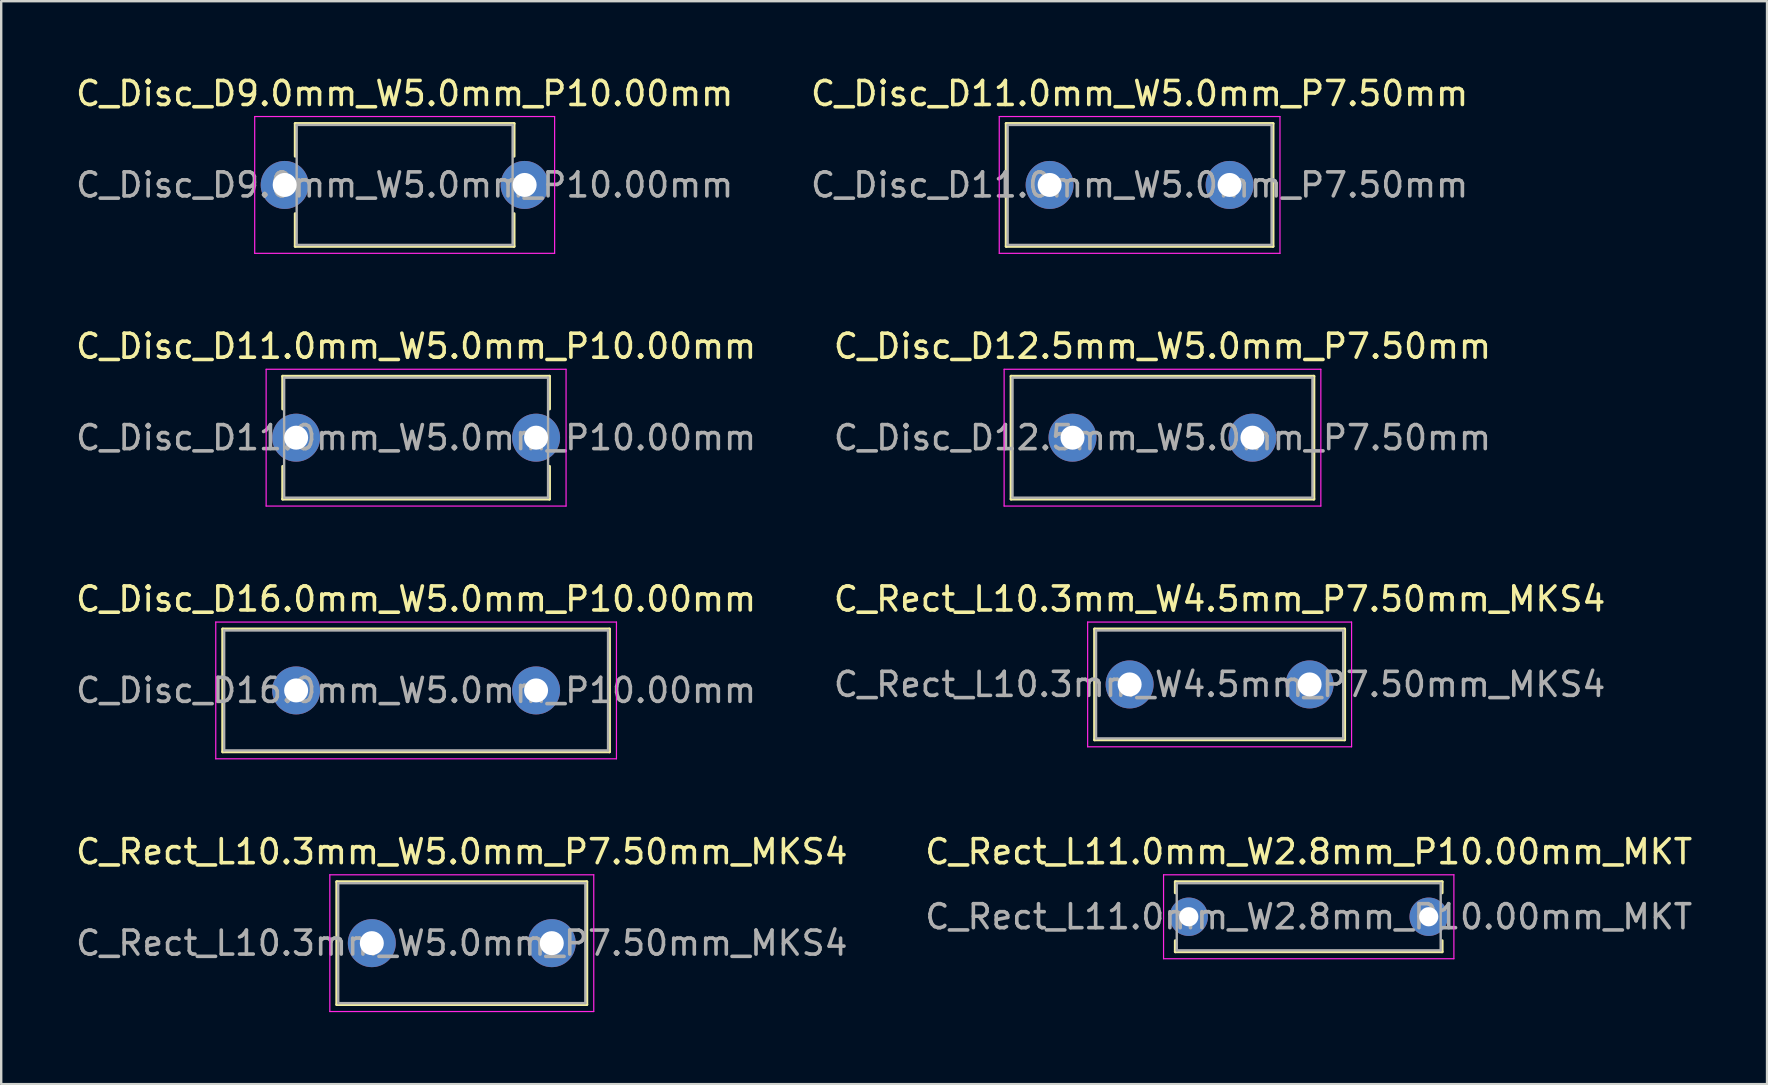
<source format=kicad_pcb>
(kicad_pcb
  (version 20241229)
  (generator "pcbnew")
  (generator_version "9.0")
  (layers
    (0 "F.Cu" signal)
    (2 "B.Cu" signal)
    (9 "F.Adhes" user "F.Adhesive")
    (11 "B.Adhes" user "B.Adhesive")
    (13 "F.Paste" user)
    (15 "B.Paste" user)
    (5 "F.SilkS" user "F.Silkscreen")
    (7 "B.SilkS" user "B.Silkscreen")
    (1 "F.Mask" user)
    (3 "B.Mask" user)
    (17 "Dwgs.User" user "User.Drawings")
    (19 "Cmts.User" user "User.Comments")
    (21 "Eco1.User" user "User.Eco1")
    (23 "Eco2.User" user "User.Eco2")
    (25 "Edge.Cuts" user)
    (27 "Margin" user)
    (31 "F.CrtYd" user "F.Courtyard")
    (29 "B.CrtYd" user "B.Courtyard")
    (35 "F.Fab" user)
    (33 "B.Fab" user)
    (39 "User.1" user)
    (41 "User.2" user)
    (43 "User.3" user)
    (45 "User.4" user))
  (footprint "C_Disc_D9.0mm_W5.0mm_P10.00mm"
    (layer "F.Cu")
    (at 8.815 4.658)
    (property "Reference" "C_Disc_D9.0mm_W5.0mm_P10.00mm" (at 5 -3.81 0) (layer "F.SilkS") (effects (font (size 1 1) (thickness 0.15))))
    (attr through_hole)
    (fp_line (start 0.44 -2.56) (end 0.44 -1.195) (stroke (width 0.12) (type solid)) (layer "F.SilkS"))
    (fp_line (start 0.44 -2.56) (end 9.56 -2.56) (stroke (width 0.12) (type solid)) (layer "F.SilkS"))
    (fp_line (start 0.44 1.195) (end 0.44 2.56) (stroke (width 0.12) (type solid)) (layer "F.SilkS"))
    (fp_line (start 0.44 2.56) (end 9.56 2.56) (stroke (width 0.12) (type solid)) (layer "F.SilkS"))
    (fp_line (start 9.56 -2.56) (end 9.56 -1.195) (stroke (width 0.12) (type solid)) (layer "F.SilkS"))
    (fp_line (start 9.56 1.195) (end 9.56 2.56) (stroke (width 0.12) (type solid)) (layer "F.SilkS"))
    (fp_line (start -1.25 -2.85) (end -1.25 2.85) (stroke (width 0.05) (type solid)) (layer "F.CrtYd"))
    (fp_line (start -1.25 2.85) (end 11.25 2.85) (stroke (width 0.05) (type solid)) (layer "F.CrtYd"))
    (fp_line (start 11.25 -2.85) (end -1.25 -2.85) (stroke (width 0.05) (type solid)) (layer "F.CrtYd"))
    (fp_line (start 11.25 2.85) (end 11.25 -2.85) (stroke (width 0.05) (type solid)) (layer "F.CrtYd"))
    (fp_line (start 0.5 -2.5) (end 0.5 2.5) (stroke (width 0.1) (type solid)) (layer "F.Fab"))
    (fp_line (start 0.5 2.5) (end 9.5 2.5) (stroke (width 0.1) (type solid)) (layer "F.Fab"))
    (fp_line (start 9.5 -2.5) (end 0.5 -2.5) (stroke (width 0.1) (type solid)) (layer "F.Fab"))
    (fp_line (start 9.5 2.5) (end 9.5 -2.5) (stroke (width 0.1) (type solid)) (layer "F.Fab"))
    (fp_text user "${REFERENCE}" (at 5 0 0) (layer "F.Fab") (effects (font (size 1 1) (thickness 0.15))))
    (pad "1" thru_hole circle (at 0 0) (size 2 2) (drill 1) (layers "*.Cu" "*.Mask"))
    (pad "2" thru_hole circle (at 10 0) (size 2 2) (drill 1) (layers "*.Cu" "*.Mask")))
  (footprint "C_Disc_D16.0mm_W5.0mm_P10.00mm"
    (layer "F.Cu")
    (at 9.292 25.725)
    (property "Reference" "C_Disc_D16.0mm_W5.0mm_P10.00mm" (at 5 -3.81 0) (layer "F.SilkS") (effects (font (size 1 1) (thickness 0.15))))
    (attr through_hole)
    (fp_line (start -3.06 -2.56) (end -3.06 2.56) (stroke (width 0.12) (type solid)) (layer "F.SilkS"))
    (fp_line (start -3.06 -2.56) (end 13.06 -2.56) (stroke (width 0.12) (type solid)) (layer "F.SilkS"))
    (fp_line (start -3.06 2.56) (end 13.06 2.56) (stroke (width 0.12) (type solid)) (layer "F.SilkS"))
    (fp_line (start 13.06 -2.56) (end 13.06 2.56) (stroke (width 0.12) (type solid)) (layer "F.SilkS"))
    (fp_line (start -3.35 -2.85) (end -3.35 2.85) (stroke (width 0.05) (type solid)) (layer "F.CrtYd"))
    (fp_line (start -3.35 2.85) (end 13.35 2.85) (stroke (width 0.05) (type solid)) (layer "F.CrtYd"))
    (fp_line (start 13.35 -2.85) (end -3.35 -2.85) (stroke (width 0.05) (type solid)) (layer "F.CrtYd"))
    (fp_line (start 13.35 2.85) (end 13.35 -2.85) (stroke (width 0.05) (type solid)) (layer "F.CrtYd"))
    (fp_line (start -3 -2.5) (end -3 2.5) (stroke (width 0.1) (type solid)) (layer "F.Fab"))
    (fp_line (start -3 2.5) (end 13 2.5) (stroke (width 0.1) (type solid)) (layer "F.Fab"))
    (fp_line (start 13 -2.5) (end -3 -2.5) (stroke (width 0.1) (type solid)) (layer "F.Fab"))
    (fp_line (start 13 2.5) (end 13 -2.5) (stroke (width 0.1) (type solid)) (layer "F.Fab"))
    (fp_text user "${REFERENCE}" (at 5 0 0) (layer "F.Fab") (effects (font (size 1 1) (thickness 0.15))))
    (pad "1" thru_hole circle (at 0 0) (size 2 2) (drill 1) (layers "*.Cu" "*.Mask"))
    (pad "2" thru_hole circle (at 10 0) (size 2 2) (drill 1) (layers "*.Cu" "*.Mask")))
  (footprint "C_Rect_L10.3mm_W5.0mm_P7.50mm_MKS4"
    (layer "F.Cu")
    (at 12.446 36.258)
    (property "Reference" "C_Rect_L10.3mm_W5.0mm_P7.50mm_MKS4" (at 3.75 -3.81 0) (layer "F.SilkS") (effects (font (size 1 1) (thickness 0.15))))
    (attr through_hole)
    (fp_line (start -1.46 -2.56) (end -1.46 2.56) (stroke (width 0.12) (type solid)) (layer "F.SilkS"))
    (fp_line (start -1.46 -2.56) (end 8.96 -2.56) (stroke (width 0.12) (type solid)) (layer "F.SilkS"))
    (fp_line (start -1.46 2.56) (end 8.96 2.56) (stroke (width 0.12) (type solid)) (layer "F.SilkS"))
    (fp_line (start 8.96 -2.56) (end 8.96 2.56) (stroke (width 0.12) (type solid)) (layer "F.SilkS"))
    (fp_line (start -1.75 -2.85) (end -1.75 2.85) (stroke (width 0.05) (type solid)) (layer "F.CrtYd"))
    (fp_line (start -1.75 2.85) (end 9.25 2.85) (stroke (width 0.05) (type solid)) (layer "F.CrtYd"))
    (fp_line (start 9.25 -2.85) (end -1.75 -2.85) (stroke (width 0.05) (type solid)) (layer "F.CrtYd"))
    (fp_line (start 9.25 2.85) (end 9.25 -2.85) (stroke (width 0.05) (type solid)) (layer "F.CrtYd"))
    (fp_line (start -1.4 -2.5) (end -1.4 2.5) (stroke (width 0.1) (type solid)) (layer "F.Fab"))
    (fp_line (start -1.4 2.5) (end 8.9 2.5) (stroke (width 0.1) (type solid)) (layer "F.Fab"))
    (fp_line (start 8.9 -2.5) (end -1.4 -2.5) (stroke (width 0.1) (type solid)) (layer "F.Fab"))
    (fp_line (start 8.9 2.5) (end 8.9 -2.5) (stroke (width 0.1) (type solid)) (layer "F.Fab"))
    (fp_text user "${REFERENCE}" (at 3.75 0 0) (layer "F.Fab") (effects (font (size 1 1) (thickness 0.15))))
    (pad "1" thru_hole circle (at 0 0) (size 2 2) (drill 1) (layers "*.Cu" "*.Mask"))
    (pad "2" thru_hole circle (at 7.5 0) (size 2 2) (drill 1) (layers "*.Cu" "*.Mask")))
  (footprint "C_Disc_D11.0mm_W5.0mm_P10.00mm"
    (layer "F.Cu")
    (at 9.292 15.191)
    (property "Reference" "C_Disc_D11.0mm_W5.0mm_P10.00mm" (at 5 -3.81 0) (layer "F.SilkS") (effects (font (size 1 1) (thickness 0.15))))
    (attr through_hole)
    (fp_line (start -0.56 -2.56) (end -0.56 -1.195) (stroke (width 0.12) (type solid)) (layer "F.SilkS"))
    (fp_line (start -0.56 -2.56) (end 10.56 -2.56) (stroke (width 0.12) (type solid)) (layer "F.SilkS"))
    (fp_line (start -0.56 1.195) (end -0.56 2.56) (stroke (width 0.12) (type solid)) (layer "F.SilkS"))
    (fp_line (start -0.56 2.56) (end 10.56 2.56) (stroke (width 0.12) (type solid)) (layer "F.SilkS"))
    (fp_line (start 10.56 -2.56) (end 10.56 -1.195) (stroke (width 0.12) (type solid)) (layer "F.SilkS"))
    (fp_line (start 10.56 1.195) (end 10.56 2.56) (stroke (width 0.12) (type solid)) (layer "F.SilkS"))
    (fp_line (start -1.25 -2.85) (end -1.25 2.85) (stroke (width 0.05) (type solid)) (layer "F.CrtYd"))
    (fp_line (start -1.25 2.85) (end 11.25 2.85) (stroke (width 0.05) (type solid)) (layer "F.CrtYd"))
    (fp_line (start 11.25 -2.85) (end -1.25 -2.85) (stroke (width 0.05) (type solid)) (layer "F.CrtYd"))
    (fp_line (start 11.25 2.85) (end 11.25 -2.85) (stroke (width 0.05) (type solid)) (layer "F.CrtYd"))
    (fp_line (start -0.5 -2.5) (end -0.5 2.5) (stroke (width 0.1) (type solid)) (layer "F.Fab"))
    (fp_line (start -0.5 2.5) (end 10.5 2.5) (stroke (width 0.1) (type solid)) (layer "F.Fab"))
    (fp_line (start 10.5 -2.5) (end -0.5 -2.5) (stroke (width 0.1) (type solid)) (layer "F.Fab"))
    (fp_line (start 10.5 2.5) (end 10.5 -2.5) (stroke (width 0.1) (type solid)) (layer "F.Fab"))
    (fp_text user "${REFERENCE}" (at 5 0 0) (layer "F.Fab") (effects (font (size 1 1) (thickness 0.15))))
    (pad "1" thru_hole circle (at 0 0) (size 2 2) (drill 1) (layers "*.Cu" "*.Mask"))
    (pad "2" thru_hole circle (at 10 0) (size 2 2) (drill 1) (layers "*.Cu" "*.Mask")))
  (footprint "C_Rect_L11.0mm_W2.8mm_P10.00mm_MKT"
    (layer "F.Cu")
    (at 46.494 35.158)
    (property "Reference" "C_Rect_L11.0mm_W2.8mm_P10.00mm_MKT" (at 5 -2.71 0) (layer "F.SilkS") (effects (font (size 1 1) (thickness 0.15))))
    (attr through_hole)
    (fp_line (start -0.56 -1.46) (end -0.56 -0.996) (stroke (width 0.12) (type solid)) (layer "F.SilkS"))
    (fp_line (start -0.56 -1.46) (end 10.56 -1.46) (stroke (width 0.12) (type solid)) (layer "F.SilkS"))
    (fp_line (start -0.56 0.996) (end -0.56 1.46) (stroke (width 0.12) (type solid)) (layer "F.SilkS"))
    (fp_line (start -0.56 1.46) (end 10.56 1.46) (stroke (width 0.12) (type solid)) (layer "F.SilkS"))
    (fp_line (start 10.56 -1.46) (end 10.56 -0.996) (stroke (width 0.12) (type solid)) (layer "F.SilkS"))
    (fp_line (start 10.56 0.996) (end 10.56 1.46) (stroke (width 0.12) (type solid)) (layer "F.SilkS"))
    (fp_line (start -1.05 -1.75) (end -1.05 1.75) (stroke (width 0.05) (type solid)) (layer "F.CrtYd"))
    (fp_line (start -1.05 1.75) (end 11.05 1.75) (stroke (width 0.05) (type solid)) (layer "F.CrtYd"))
    (fp_line (start 11.05 -1.75) (end -1.05 -1.75) (stroke (width 0.05) (type solid)) (layer "F.CrtYd"))
    (fp_line (start 11.05 1.75) (end 11.05 -1.75) (stroke (width 0.05) (type solid)) (layer "F.CrtYd"))
    (fp_line (start -0.5 -1.4) (end -0.5 1.4) (stroke (width 0.1) (type solid)) (layer "F.Fab"))
    (fp_line (start -0.5 1.4) (end 10.5 1.4) (stroke (width 0.1) (type solid)) (layer "F.Fab"))
    (fp_line (start 10.5 -1.4) (end -0.5 -1.4) (stroke (width 0.1) (type solid)) (layer "F.Fab"))
    (fp_line (start 10.5 1.4) (end 10.5 -1.4) (stroke (width 0.1) (type solid)) (layer "F.Fab"))
    (fp_text user "${REFERENCE}" (at 5 0 0) (layer "F.Fab") (effects (font (size 1 1) (thickness 0.15))))
    (pad "1" thru_hole circle (at 0 0) (size 1.6 1.6) (drill 0.8) (layers "*.Cu" "*.Mask"))
    (pad "2" thru_hole circle (at 10 0) (size 1.6 1.6) (drill 0.8) (layers "*.Cu" "*.Mask")))
  (footprint "C_Disc_D11.0mm_W5.0mm_P7.50mm"
    (layer "F.Cu")
    (at 40.696 4.658)
    (property "Reference" "C_Disc_D11.0mm_W5.0mm_P7.50mm" (at 3.75 -3.81 0) (layer "F.SilkS") (effects (font (size 1 1) (thickness 0.15))))
    (attr through_hole)
    (fp_line (start -1.81 -2.56) (end -1.81 2.56) (stroke (width 0.12) (type solid)) (layer "F.SilkS"))
    (fp_line (start -1.81 -2.56) (end 9.31 -2.56) (stroke (width 0.12) (type solid)) (layer "F.SilkS"))
    (fp_line (start -1.81 2.56) (end 9.31 2.56) (stroke (width 0.12) (type solid)) (layer "F.SilkS"))
    (fp_line (start 9.31 -2.56) (end 9.31 2.56) (stroke (width 0.12) (type solid)) (layer "F.SilkS"))
    (fp_line (start -2.1 -2.85) (end -2.1 2.85) (stroke (width 0.05) (type solid)) (layer "F.CrtYd"))
    (fp_line (start -2.1 2.85) (end 9.6 2.85) (stroke (width 0.05) (type solid)) (layer "F.CrtYd"))
    (fp_line (start 9.6 -2.85) (end -2.1 -2.85) (stroke (width 0.05) (type solid)) (layer "F.CrtYd"))
    (fp_line (start 9.6 2.85) (end 9.6 -2.85) (stroke (width 0.05) (type solid)) (layer "F.CrtYd"))
    (fp_line (start -1.75 -2.5) (end -1.75 2.5) (stroke (width 0.1) (type solid)) (layer "F.Fab"))
    (fp_line (start -1.75 2.5) (end 9.25 2.5) (stroke (width 0.1) (type solid)) (layer "F.Fab"))
    (fp_line (start 9.25 -2.5) (end -1.75 -2.5) (stroke (width 0.1) (type solid)) (layer "F.Fab"))
    (fp_line (start 9.25 2.5) (end 9.25 -2.5) (stroke (width 0.1) (type solid)) (layer "F.Fab"))
    (fp_text user "${REFERENCE}" (at 3.75 0 0) (layer "F.Fab") (effects (font (size 1 1) (thickness 0.15))))
    (pad "1" thru_hole circle (at 0 0) (size 2 2) (drill 1) (layers "*.Cu" "*.Mask"))
    (pad "2" thru_hole circle (at 7.5 0) (size 2 2) (drill 1) (layers "*.Cu" "*.Mask")))
  (footprint "C_Rect_L10.3mm_W4.5mm_P7.50mm_MKS4"
    (layer "F.Cu")
    (at 44.03 25.475)
    (property "Reference" "C_Rect_L10.3mm_W4.5mm_P7.50mm_MKS4" (at 3.75 -3.56 0) (layer "F.SilkS") (effects (font (size 1 1) (thickness 0.15))))
    (attr through_hole)
    (fp_line (start -1.46 -2.31) (end -1.46 2.31) (stroke (width 0.12) (type solid)) (layer "F.SilkS"))
    (fp_line (start -1.46 -2.31) (end 8.96 -2.31) (stroke (width 0.12) (type solid)) (layer "F.SilkS"))
    (fp_line (start -1.46 2.31) (end 8.96 2.31) (stroke (width 0.12) (type solid)) (layer "F.SilkS"))
    (fp_line (start 8.96 -2.31) (end 8.96 2.31) (stroke (width 0.12) (type solid)) (layer "F.SilkS"))
    (fp_line (start -1.75 -2.6) (end -1.75 2.6) (stroke (width 0.05) (type solid)) (layer "F.CrtYd"))
    (fp_line (start -1.75 2.6) (end 9.25 2.6) (stroke (width 0.05) (type solid)) (layer "F.CrtYd"))
    (fp_line (start 9.25 -2.6) (end -1.75 -2.6) (stroke (width 0.05) (type solid)) (layer "F.CrtYd"))
    (fp_line (start 9.25 2.6) (end 9.25 -2.6) (stroke (width 0.05) (type solid)) (layer "F.CrtYd"))
    (fp_line (start -1.4 -2.25) (end -1.4 2.25) (stroke (width 0.1) (type solid)) (layer "F.Fab"))
    (fp_line (start -1.4 2.25) (end 8.9 2.25) (stroke (width 0.1) (type solid)) (layer "F.Fab"))
    (fp_line (start 8.9 -2.25) (end -1.4 -2.25) (stroke (width 0.1) (type solid)) (layer "F.Fab"))
    (fp_line (start 8.9 2.25) (end 8.9 -2.25) (stroke (width 0.1) (type solid)) (layer "F.Fab"))
    (fp_text user "${REFERENCE}" (at 3.75 0 0) (layer "F.Fab") (effects (font (size 1 1) (thickness 0.15))))
    (pad "1" thru_hole circle (at 0 0) (size 2 2) (drill 1) (layers "*.Cu" "*.Mask"))
    (pad "2" thru_hole circle (at 7.5 0) (size 2 2) (drill 1) (layers "*.Cu" "*.Mask")))
  (footprint "C_Disc_D12.5mm_W5.0mm_P7.50mm"
    (layer "F.Cu")
    (at 41.649 15.191)
    (property "Reference" "C_Disc_D12.5mm_W5.0mm_P7.50mm" (at 3.75 -3.81 0) (layer "F.SilkS") (effects (font (size 1 1) (thickness 0.15))))
    (attr through_hole)
    (fp_line (start -2.56 -2.56) (end -2.56 2.56) (stroke (width 0.12) (type solid)) (layer "F.SilkS"))
    (fp_line (start -2.56 -2.56) (end 10.06 -2.56) (stroke (width 0.12) (type solid)) (layer "F.SilkS"))
    (fp_line (start -2.56 2.56) (end 10.06 2.56) (stroke (width 0.12) (type solid)) (layer "F.SilkS"))
    (fp_line (start 10.06 -2.56) (end 10.06 2.56) (stroke (width 0.12) (type solid)) (layer "F.SilkS"))
    (fp_line (start -2.85 -2.85) (end -2.85 2.85) (stroke (width 0.05) (type solid)) (layer "F.CrtYd"))
    (fp_line (start -2.85 2.85) (end 10.35 2.85) (stroke (width 0.05) (type solid)) (layer "F.CrtYd"))
    (fp_line (start 10.35 -2.85) (end -2.85 -2.85) (stroke (width 0.05) (type solid)) (layer "F.CrtYd"))
    (fp_line (start 10.35 2.85) (end 10.35 -2.85) (stroke (width 0.05) (type solid)) (layer "F.CrtYd"))
    (fp_line (start -2.5 -2.5) (end -2.5 2.5) (stroke (width 0.1) (type solid)) (layer "F.Fab"))
    (fp_line (start -2.5 2.5) (end 10 2.5) (stroke (width 0.1) (type solid)) (layer "F.Fab"))
    (fp_line (start 10 -2.5) (end -2.5 -2.5) (stroke (width 0.1) (type solid)) (layer "F.Fab"))
    (fp_line (start 10 2.5) (end 10 -2.5) (stroke (width 0.1) (type solid)) (layer "F.Fab"))
    (fp_text user "${REFERENCE}" (at 3.75 0 0) (layer "F.Fab") (effects (font (size 1 1) (thickness 0.15))))
    (pad "1" thru_hole circle (at 0 0) (size 2 2) (drill 1) (layers "*.Cu" "*.Mask"))
    (pad "2" thru_hole circle (at 7.5 0) (size 2 2) (drill 1) (layers "*.Cu" "*.Mask")))
  (gr_rect
    (start -3 -3)
    (end 70.595 42.133)
    (stroke (width 0.1) (type default))
    (fill no)
    (layer "Edge.Cuts")))
</source>
